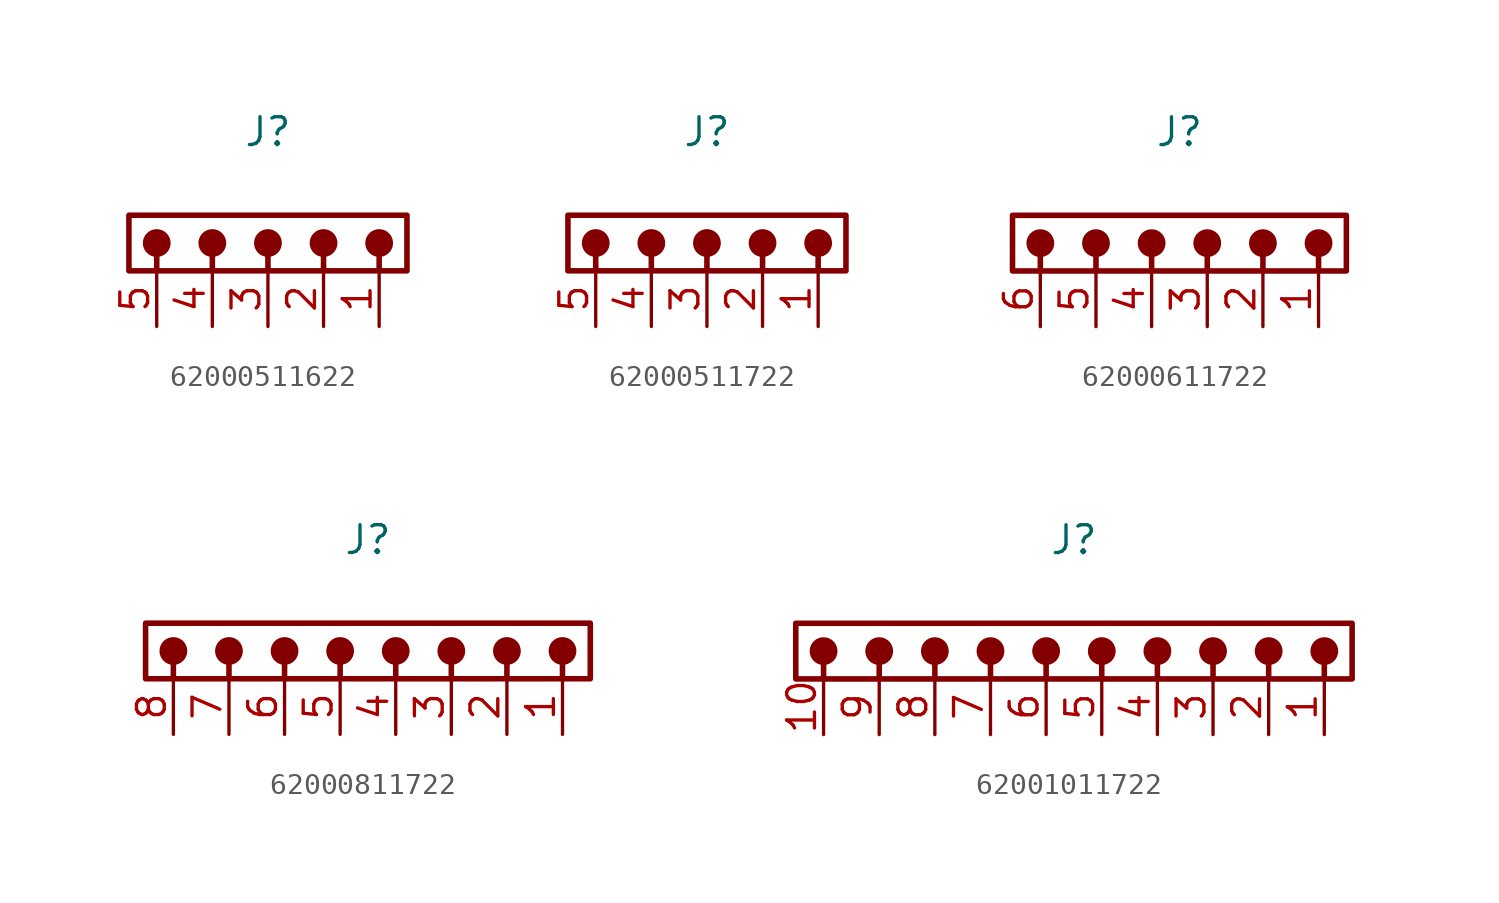
<source format=kicad_sym>
(kicad_symbol_lib
  (version 20241209)
  (generator "kicad_symbol_editor")
  (generator_version "9.0")
  (symbol "62000511622"
    (pin_names
      (hide yes))
    (property "Reference" "J"
      (at 0 5.08 0)
      (effects (font (size 1.27 1.27))))
    (symbol "62000511622_1_1"
      (rectangle (start -6.35 1.27) (end 6.35 -1.27) (stroke (width 0.254) (type solid)) (fill (type none)))
      (circle (center -5.08 0) (radius 0.508) (stroke (width 0.254) (type solid)) (fill (type outline)))
      (polyline (pts (xy -5.08 -0.508) (xy -5.08 -1.27)) (stroke (width 0.254) (type solid)) (fill (type none)))
      (circle (center -2.54 0) (radius 0.508) (stroke (width 0.254) (type solid)) (fill (type outline)))
      (polyline (pts (xy -2.54 -0.508) (xy -2.54 -1.27)) (stroke (width 0.254) (type solid)) (fill (type none)))
      (circle (center 0 0) (radius 0.508) (stroke (width 0.254) (type solid)) (fill (type outline)))
      (polyline (pts (xy 0 -0.508) (xy 0 -1.27)) (stroke (width 0.254) (type solid)) (fill (type none)))
      (circle (center 2.54 0) (radius 0.508) (stroke (width 0.254) (type solid)) (fill (type outline)))
      (polyline (pts (xy 2.54 -0.508) (xy 2.54 -1.27)) (stroke (width 0.254) (type solid)) (fill (type none)))
      (circle (center 5.08 0) (radius 0.508) (stroke (width 0.254) (type solid)) (fill (type outline)))
      (polyline (pts (xy 5.08 -0.508) (xy 5.08 -1.27)) (stroke (width 0.254) (type solid)) (fill (type none)))
      (pin passive line (at -5.08 -3.81 90) (length 2.54) (name "5" (effects (font (size 1.27 1.27)))) (number "5" (effects (font (size 1.27 1.27)))))
      (pin passive line (at -2.54 -3.81 90) (length 2.54) (name "4" (effects (font (size 1.27 1.27)))) (number "4" (effects (font (size 1.27 1.27)))))
      (pin passive line (at 0 -3.81 90) (length 2.54) (name "3" (effects (font (size 1.27 1.27)))) (number "3" (effects (font (size 1.27 1.27)))))
      (pin passive line (at 2.54 -3.81 90) (length 2.54) (name "2" (effects (font (size 1.27 1.27)))) (number "2" (effects (font (size 1.27 1.27)))))
      (pin passive line (at 5.08 -3.81 90) (length 2.54) (name "1" (effects (font (size 1.27 1.27)))) (number "1" (effects (font (size 1.27 1.27)))))))
  (symbol "62000511722"
    (pin_names
      (hide yes))
    (property "Reference" "J"
      (at 0 5.08 0)
      (effects (font (size 1.27 1.27))))
    (symbol "62000511722_1_1"
      (rectangle (start -6.35 1.27) (end 6.35 -1.27) (stroke (width 0.254) (type solid)) (fill (type none)))
      (circle (center -5.08 0) (radius 0.508) (stroke (width 0.254) (type solid)) (fill (type outline)))
      (polyline (pts (xy -5.08 -0.508) (xy -5.08 -1.27)) (stroke (width 0.254) (type solid)) (fill (type none)))
      (circle (center -2.54 0) (radius 0.508) (stroke (width 0.254) (type solid)) (fill (type outline)))
      (polyline (pts (xy -2.54 -0.508) (xy -2.54 -1.27)) (stroke (width 0.254) (type solid)) (fill (type none)))
      (circle (center 0 0) (radius 0.508) (stroke (width 0.254) (type solid)) (fill (type outline)))
      (polyline (pts (xy 0 -0.508) (xy 0 -1.27)) (stroke (width 0.254) (type solid)) (fill (type none)))
      (circle (center 2.54 0) (radius 0.508) (stroke (width 0.254) (type solid)) (fill (type outline)))
      (polyline (pts (xy 2.54 -0.508) (xy 2.54 -1.27)) (stroke (width 0.254) (type solid)) (fill (type none)))
      (circle (center 5.08 0) (radius 0.508) (stroke (width 0.254) (type solid)) (fill (type outline)))
      (polyline (pts (xy 5.08 -0.508) (xy 5.08 -1.27)) (stroke (width 0.254) (type solid)) (fill (type none)))
      (pin passive line (at -5.08 -3.81 90) (length 2.54) (name "5" (effects (font (size 1.27 1.27)))) (number "5" (effects (font (size 1.27 1.27)))))
      (pin passive line (at -2.54 -3.81 90) (length 2.54) (name "4" (effects (font (size 1.27 1.27)))) (number "4" (effects (font (size 1.27 1.27)))))
      (pin passive line (at 0 -3.81 90) (length 2.54) (name "3" (effects (font (size 1.27 1.27)))) (number "3" (effects (font (size 1.27 1.27)))))
      (pin passive line (at 2.54 -3.81 90) (length 2.54) (name "2" (effects (font (size 1.27 1.27)))) (number "2" (effects (font (size 1.27 1.27)))))
      (pin passive line (at 5.08 -3.81 90) (length 2.54) (name "1" (effects (font (size 1.27 1.27)))) (number "1" (effects (font (size 1.27 1.27)))))))
  (symbol "62000611722"
    (pin_names
      (hide yes))
    (property "Reference" "J"
      (at 0 5.08 0)
      (effects (font (size 1.27 1.27))))
    (symbol "62000611722_1_1"
      (rectangle (start -7.62 1.27) (end 7.62 -1.27) (stroke (width 0.254) (type solid)) (fill (type none)))
      (circle (center -6.35 0) (radius 0.508) (stroke (width 0.254) (type solid)) (fill (type outline)))
      (polyline (pts (xy -6.35 -0.508) (xy -6.35 -1.27)) (stroke (width 0.254) (type solid)) (fill (type none)))
      (circle (center -3.81 0) (radius 0.508) (stroke (width 0.254) (type solid)) (fill (type outline)))
      (polyline (pts (xy -3.81 -0.508) (xy -3.81 -1.27)) (stroke (width 0.254) (type solid)) (fill (type none)))
      (circle (center -1.27 0) (radius 0.508) (stroke (width 0.254) (type solid)) (fill (type outline)))
      (polyline (pts (xy -1.27 -0.508) (xy -1.27 -1.27)) (stroke (width 0.254) (type solid)) (fill (type none)))
      (circle (center 1.27 0) (radius 0.508) (stroke (width 0.254) (type solid)) (fill (type outline)))
      (polyline (pts (xy 1.27 -0.508) (xy 1.27 -1.27)) (stroke (width 0.254) (type solid)) (fill (type none)))
      (circle (center 3.81 0) (radius 0.508) (stroke (width 0.254) (type solid)) (fill (type outline)))
      (polyline (pts (xy 3.81 -0.508) (xy 3.81 -1.27)) (stroke (width 0.254) (type solid)) (fill (type none)))
      (circle (center 6.35 0) (radius 0.508) (stroke (width 0.254) (type solid)) (fill (type outline)))
      (polyline (pts (xy 6.35 -0.508) (xy 6.35 -1.27)) (stroke (width 0.254) (type solid)) (fill (type none)))
      (pin passive line (at -6.35 -3.81 90) (length 2.54) (name "6" (effects (font (size 1.27 1.27)))) (number "6" (effects (font (size 1.27 1.27)))))
      (pin passive line (at -3.81 -3.81 90) (length 2.54) (name "5" (effects (font (size 1.27 1.27)))) (number "5" (effects (font (size 1.27 1.27)))))
      (pin passive line (at -1.27 -3.81 90) (length 2.54) (name "4" (effects (font (size 1.27 1.27)))) (number "4" (effects (font (size 1.27 1.27)))))
      (pin passive line (at 1.27 -3.81 90) (length 2.54) (name "3" (effects (font (size 1.27 1.27)))) (number "3" (effects (font (size 1.27 1.27)))))
      (pin passive line (at 3.81 -3.81 90) (length 2.54) (name "2" (effects (font (size 1.27 1.27)))) (number "2" (effects (font (size 1.27 1.27)))))
      (pin passive line (at 6.35 -3.81 90) (length 2.54) (name "1" (effects (font (size 1.27 1.27)))) (number "1" (effects (font (size 1.27 1.27)))))))
  (symbol "62000811722"
    (pin_names
      (hide yes))
    (property "Reference" "J"
      (at 0 5.08 0)
      (effects (font (size 1.27 1.27))))
    (symbol "62000811722_1_1"
      (rectangle (start -10.16 1.27) (end 10.16 -1.27) (stroke (width 0.254) (type solid)) (fill (type none)))
      (circle (center -8.89 0) (radius 0.508) (stroke (width 0.254) (type solid)) (fill (type outline)))
      (polyline (pts (xy -8.89 -0.508) (xy -8.89 -1.27)) (stroke (width 0.254) (type solid)) (fill (type none)))
      (circle (center -6.35 0) (radius 0.508) (stroke (width 0.254) (type solid)) (fill (type outline)))
      (polyline (pts (xy -6.35 -0.508) (xy -6.35 -1.27)) (stroke (width 0.254) (type solid)) (fill (type none)))
      (circle (center -3.81 0) (radius 0.508) (stroke (width 0.254) (type solid)) (fill (type outline)))
      (polyline (pts (xy -3.81 -0.508) (xy -3.81 -1.27)) (stroke (width 0.254) (type solid)) (fill (type none)))
      (circle (center -1.27 0) (radius 0.508) (stroke (width 0.254) (type solid)) (fill (type outline)))
      (polyline (pts (xy -1.27 -0.508) (xy -1.27 -1.27)) (stroke (width 0.254) (type solid)) (fill (type none)))
      (circle (center 1.27 0) (radius 0.508) (stroke (width 0.254) (type solid)) (fill (type outline)))
      (polyline (pts (xy 1.27 -0.508) (xy 1.27 -1.27)) (stroke (width 0.254) (type solid)) (fill (type none)))
      (circle (center 3.81 0) (radius 0.508) (stroke (width 0.254) (type solid)) (fill (type outline)))
      (polyline (pts (xy 3.81 -0.508) (xy 3.81 -1.27)) (stroke (width 0.254) (type solid)) (fill (type none)))
      (circle (center 6.35 0) (radius 0.508) (stroke (width 0.254) (type solid)) (fill (type outline)))
      (polyline (pts (xy 6.35 -0.508) (xy 6.35 -1.27)) (stroke (width 0.254) (type solid)) (fill (type none)))
      (circle (center 8.89 0) (radius 0.508) (stroke (width 0.254) (type solid)) (fill (type outline)))
      (polyline (pts (xy 8.89 -0.508) (xy 8.89 -1.27)) (stroke (width 0.254) (type solid)) (fill (type none)))
      (pin passive line (at -8.89 -3.81 90) (length 2.54) (name "8" (effects (font (size 1.27 1.27)))) (number "8" (effects (font (size 1.27 1.27)))))
      (pin passive line (at -6.35 -3.81 90) (length 2.54) (name "7" (effects (font (size 1.27 1.27)))) (number "7" (effects (font (size 1.27 1.27)))))
      (pin passive line (at -3.81 -3.81 90) (length 2.54) (name "6" (effects (font (size 1.27 1.27)))) (number "6" (effects (font (size 1.27 1.27)))))
      (pin passive line (at -1.27 -3.81 90) (length 2.54) (name "5" (effects (font (size 1.27 1.27)))) (number "5" (effects (font (size 1.27 1.27)))))
      (pin passive line (at 1.27 -3.81 90) (length 2.54) (name "4" (effects (font (size 1.27 1.27)))) (number "4" (effects (font (size 1.27 1.27)))))
      (pin passive line (at 3.81 -3.81 90) (length 2.54) (name "3" (effects (font (size 1.27 1.27)))) (number "3" (effects (font (size 1.27 1.27)))))
      (pin passive line (at 6.35 -3.81 90) (length 2.54) (name "2" (effects (font (size 1.27 1.27)))) (number "2" (effects (font (size 1.27 1.27)))))
      (pin passive line (at 8.89 -3.81 90) (length 2.54) (name "1" (effects (font (size 1.27 1.27)))) (number "1" (effects (font (size 1.27 1.27)))))))
  (symbol "62001011722"
    (pin_names
      (hide yes))
    (property "Reference" "J"
      (at 0 5.08 0)
      (effects (font (size 1.27 1.27))))
    (symbol "62001011722_1_1"
      (rectangle (start -12.7 1.27) (end 12.7 -1.27) (stroke (width 0.254) (type solid)) (fill (type none)))
      (circle (center -11.43 0) (radius 0.508) (stroke (width 0.254) (type solid)) (fill (type outline)))
      (polyline (pts (xy -11.43 -0.508) (xy -11.43 -1.27)) (stroke (width 0.254) (type solid)) (fill (type none)))
      (circle (center -8.89 0) (radius 0.508) (stroke (width 0.254) (type solid)) (fill (type outline)))
      (polyline (pts (xy -8.89 -0.508) (xy -8.89 -1.27)) (stroke (width 0.254) (type solid)) (fill (type none)))
      (circle (center -6.35 0) (radius 0.508) (stroke (width 0.254) (type solid)) (fill (type outline)))
      (polyline (pts (xy -6.35 -0.508) (xy -6.35 -1.27)) (stroke (width 0.254) (type solid)) (fill (type none)))
      (circle (center -3.81 0) (radius 0.508) (stroke (width 0.254) (type solid)) (fill (type outline)))
      (polyline (pts (xy -3.81 -0.508) (xy -3.81 -1.27)) (stroke (width 0.254) (type solid)) (fill (type none)))
      (circle (center -1.27 0) (radius 0.508) (stroke (width 0.254) (type solid)) (fill (type outline)))
      (polyline (pts (xy -1.27 -0.508) (xy -1.27 -1.27)) (stroke (width 0.254) (type solid)) (fill (type none)))
      (circle (center 1.27 0) (radius 0.508) (stroke (width 0.254) (type solid)) (fill (type outline)))
      (polyline (pts (xy 1.27 -0.508) (xy 1.27 -1.27)) (stroke (width 0.254) (type solid)) (fill (type none)))
      (circle (center 3.81 0) (radius 0.508) (stroke (width 0.254) (type solid)) (fill (type outline)))
      (polyline (pts (xy 3.81 -0.508) (xy 3.81 -1.27)) (stroke (width 0.254) (type solid)) (fill (type none)))
      (circle (center 6.35 0) (radius 0.508) (stroke (width 0.254) (type solid)) (fill (type outline)))
      (polyline (pts (xy 6.35 -0.508) (xy 6.35 -1.27)) (stroke (width 0.254) (type solid)) (fill (type none)))
      (circle (center 8.89 0) (radius 0.508) (stroke (width 0.254) (type solid)) (fill (type outline)))
      (polyline (pts (xy 8.89 -0.508) (xy 8.89 -1.27)) (stroke (width 0.254) (type solid)) (fill (type none)))
      (circle (center 11.43 0) (radius 0.508) (stroke (width 0.254) (type solid)) (fill (type outline)))
      (polyline (pts (xy 11.43 -0.508) (xy 11.43 -1.27)) (stroke (width 0.254) (type solid)) (fill (type none)))
      (pin passive line (at -11.43 -3.81 90) (length 2.54) (name "10" (effects (font (size 1.27 1.27)))) (number "10" (effects (font (size 1.27 1.27)))))
      (pin passive line (at -8.89 -3.81 90) (length 2.54) (name "9" (effects (font (size 1.27 1.27)))) (number "9" (effects (font (size 1.27 1.27)))))
      (pin passive line (at -6.35 -3.81 90) (length 2.54) (name "8" (effects (font (size 1.27 1.27)))) (number "8" (effects (font (size 1.27 1.27)))))
      (pin passive line (at -3.81 -3.81 90) (length 2.54) (name "7" (effects (font (size 1.27 1.27)))) (number "7" (effects (font (size 1.27 1.27)))))
      (pin passive line (at -1.27 -3.81 90) (length 2.54) (name "6" (effects (font (size 1.27 1.27)))) (number "6" (effects (font (size 1.27 1.27)))))
      (pin passive line (at 1.27 -3.81 90) (length 2.54) (name "5" (effects (font (size 1.27 1.27)))) (number "5" (effects (font (size 1.27 1.27)))))
      (pin passive line (at 3.81 -3.81 90) (length 2.54) (name "4" (effects (font (size 1.27 1.27)))) (number "4" (effects (font (size 1.27 1.27)))))
      (pin passive line (at 6.35 -3.81 90) (length 2.54) (name "3" (effects (font (size 1.27 1.27)))) (number "3" (effects (font (size 1.27 1.27)))))
      (pin passive line (at 8.89 -3.81 90) (length 2.54) (name "2" (effects (font (size 1.27 1.27)))) (number "2" (effects (font (size 1.27 1.27)))))
      (pin passive line (at 11.43 -3.81 90) (length 2.54) (name "1" (effects (font (size 1.27 1.27)))) (number "1" (effects (font (size 1.27 1.27))))))))
</source>
